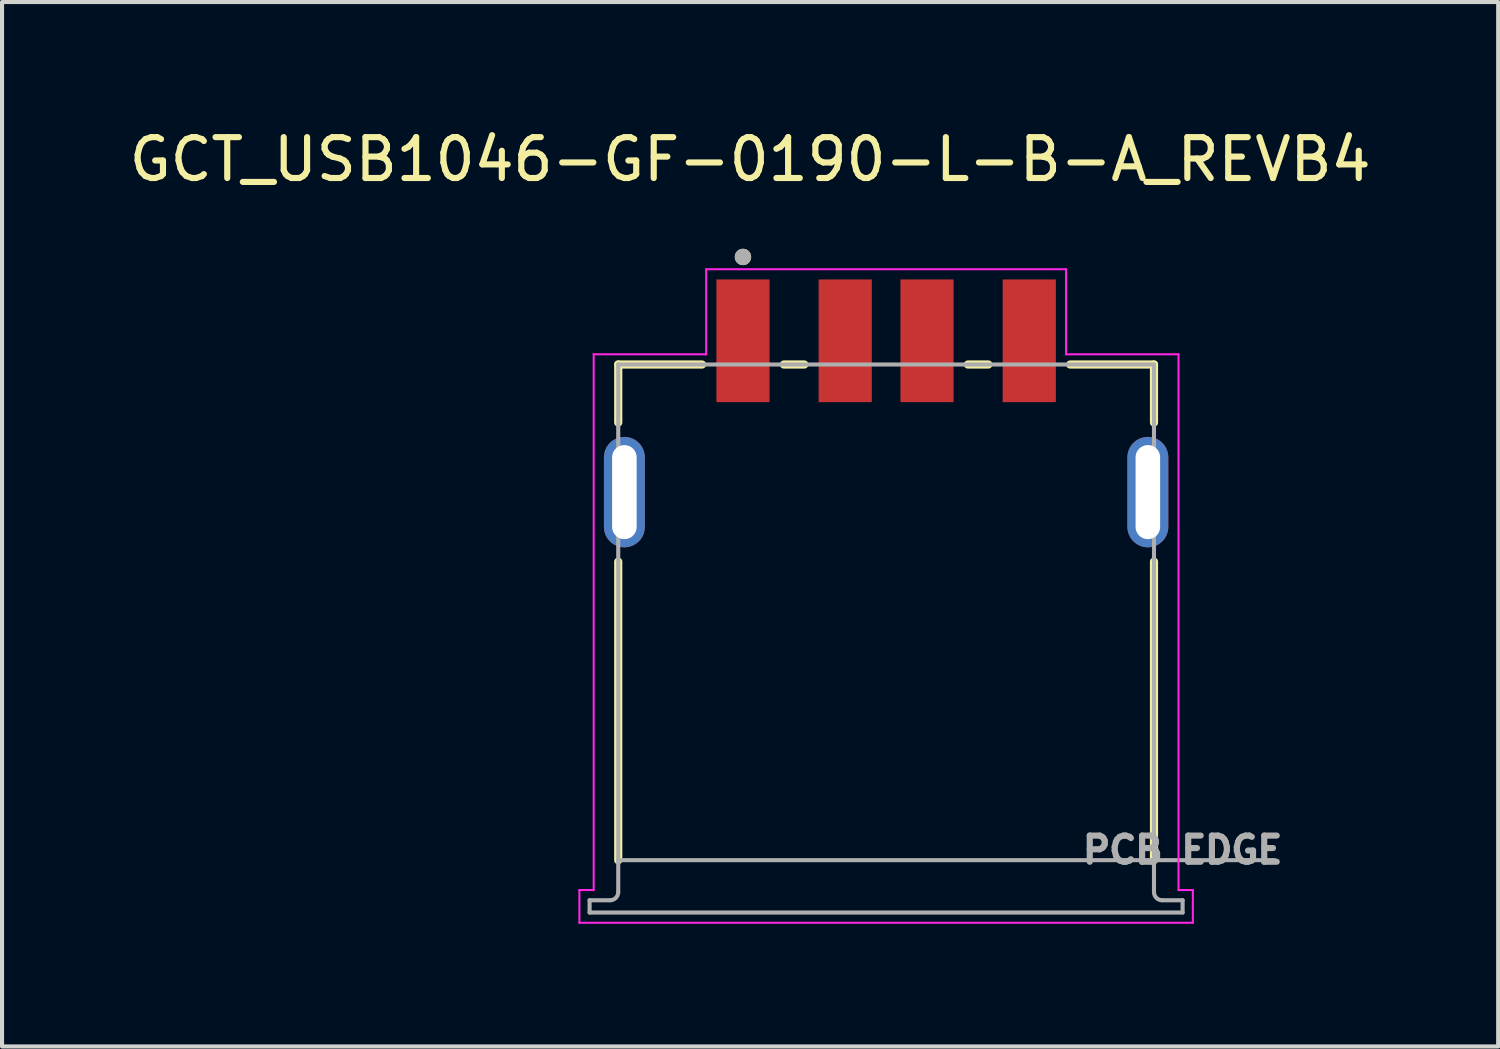
<source format=kicad_pcb>
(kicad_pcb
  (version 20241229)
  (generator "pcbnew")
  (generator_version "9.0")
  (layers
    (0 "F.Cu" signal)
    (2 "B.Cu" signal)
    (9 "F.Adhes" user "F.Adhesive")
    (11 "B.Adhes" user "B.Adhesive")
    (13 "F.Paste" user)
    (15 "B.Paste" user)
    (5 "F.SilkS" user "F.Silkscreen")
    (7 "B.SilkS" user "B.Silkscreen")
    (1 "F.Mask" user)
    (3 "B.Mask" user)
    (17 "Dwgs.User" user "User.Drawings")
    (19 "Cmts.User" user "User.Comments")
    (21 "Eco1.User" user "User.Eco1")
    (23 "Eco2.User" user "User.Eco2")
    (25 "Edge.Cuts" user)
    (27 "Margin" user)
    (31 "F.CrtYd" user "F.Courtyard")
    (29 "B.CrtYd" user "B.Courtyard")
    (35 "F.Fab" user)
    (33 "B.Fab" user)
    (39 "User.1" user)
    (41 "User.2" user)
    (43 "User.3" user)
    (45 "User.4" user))
  (footprint "GCT_USB1046-GF-0190-L-B-A_REVB4"
    (layer "F.Cu")
    (at 18.617 8.983)
    (property "Reference" "GCT_USB1046-GF-0190-L-B-A_REVB4" (at -3.325 -8.135 0) (layer "F.SilkS") (effects (font (size 1 1) (thickness 0.15))))
    (attr smd)
    (fp_line (start -6.55 -3.12) (end -6.55 -1.7) (stroke (width 0.2) (type solid)) (layer "F.SilkS"))
    (fp_line (start -6.55 -3.12) (end -4.5 -3.12) (stroke (width 0.2) (type solid)) (layer "F.SilkS"))
    (fp_line (start -6.55 1.7) (end -6.55 9) (stroke (width 0.2) (type solid)) (layer "F.SilkS"))
    (fp_line (start -2.5 -3.12) (end -2 -3.12) (stroke (width 0.2) (type solid)) (layer "F.SilkS"))
    (fp_line (start 2 -3.12) (end 2.5 -3.12) (stroke (width 0.2) (type solid)) (layer "F.SilkS"))
    (fp_line (start 6.55 -3.12) (end 4.5 -3.12) (stroke (width 0.2) (type solid)) (layer "F.SilkS"))
    (fp_line (start 6.55 -3.12) (end 6.55 -1.7) (stroke (width 0.2) (type solid)) (layer "F.SilkS"))
    (fp_line (start 6.55 1.7) (end 6.55 9) (stroke (width 0.2) (type solid)) (layer "F.SilkS"))
    (fp_circle (center -3.5 -5.75) (end -3.4 -5.75) (stroke (width 0.2) (type solid)) (fill no) (layer "F.SilkS"))
    (fp_line (start -7.5 9.73) (end -7.5 10.53) (stroke (width 0.05) (type solid)) (layer "F.CrtYd"))
    (fp_line (start -7.5 10.53) (end 7.5 10.53) (stroke (width 0.05) (type solid)) (layer "F.CrtYd"))
    (fp_line (start -7.15 -3.37) (end -7.15 9.73) (stroke (width 0.05) (type solid)) (layer "F.CrtYd"))
    (fp_line (start -7.15 9.73) (end -7.5 9.73) (stroke (width 0.05) (type solid)) (layer "F.CrtYd"))
    (fp_line (start -4.4 -5.45) (end -4.4 -3.37) (stroke (width 0.05) (type solid)) (layer "F.CrtYd"))
    (fp_line (start -4.4 -3.37) (end -7.15 -3.37) (stroke (width 0.05) (type solid)) (layer "F.CrtYd"))
    (fp_line (start 4.4 -5.45) (end -4.4 -5.45) (stroke (width 0.05) (type solid)) (layer "F.CrtYd"))
    (fp_line (start 4.4 -3.37) (end 4.4 -5.45) (stroke (width 0.05) (type solid)) (layer "F.CrtYd"))
    (fp_line (start 7.15 -3.37) (end 4.4 -3.37) (stroke (width 0.05) (type solid)) (layer "F.CrtYd"))
    (fp_line (start 7.15 9.73) (end 7.15 -3.37) (stroke (width 0.05) (type solid)) (layer "F.CrtYd"))
    (fp_line (start 7.5 9.73) (end 7.15 9.73) (stroke (width 0.05) (type solid)) (layer "F.CrtYd"))
    (fp_line (start 7.5 10.53) (end 7.5 9.73) (stroke (width 0.05) (type solid)) (layer "F.CrtYd"))
    (fp_line (start -7.25 9.98) (end -7.25 10.28) (stroke (width 0.1) (type solid)) (layer "F.Fab"))
    (fp_line (start -7.25 10.28) (end 7.25 10.28) (stroke (width 0.1) (type solid)) (layer "F.Fab"))
    (fp_line (start -6.75 9.98) (end -7.25 9.98) (stroke (width 0.1) (type solid)) (layer "F.Fab"))
    (fp_line (start -6.55 -3.12) (end -6.55 9) (stroke (width 0.1) (type solid)) (layer "F.Fab"))
    (fp_line (start -6.55 -3.12) (end 6.55 -3.12) (stroke (width 0.1) (type solid)) (layer "F.Fab"))
    (fp_line (start -6.55 9) (end -6.55 9.78) (stroke (width 0.1) (type solid)) (layer "F.Fab"))
    (fp_line (start -6.55 9) (end 9.5 9) (stroke (width 0.1) (type solid)) (layer "F.Fab"))
    (fp_line (start 6.55 -3.12) (end 6.55 9.78) (stroke (width 0.1) (type solid)) (layer "F.Fab"))
    (fp_line (start 7.25 9.98) (end 6.75 9.98) (stroke (width 0.1) (type solid)) (layer "F.Fab"))
    (fp_line (start 7.25 10.28) (end 7.25 9.98) (stroke (width 0.1) (type solid)) (layer "F.Fab"))
    (fp_arc (start -6.55 9.78) (mid -6.608579 9.921421) (end -6.75 9.98) (stroke (width 0.1) (type solid)) (layer "F.Fab"))
    (fp_arc (start 6.75 9.98) (mid 6.608579 9.921421) (end 6.55 9.78) (stroke (width 0.1) (type solid)) (layer "F.Fab"))
    (fp_circle (center -3.5 -5.75) (end -3.4 -5.75) (stroke (width 0.2) (type solid)) (fill no) (layer "F.Fab"))
    (fp_text user "PCB EDGE" (at 7.25 8.75 0) (layer "F.Fab") (effects (font (size 0.64 0.64) (thickness 0.15))))
    (pad "1" smd rect (at -3.5 -3.7) (size 1.3 3) (layers "F.Cu" "F.Mask" "F.Paste"))
    (pad "2" smd rect (at -1 -3.7) (size 1.3 3) (layers "F.Cu" "F.Mask" "F.Paste"))
    (pad "3" smd rect (at 1 -3.7) (size 1.3 3) (layers "F.Cu" "F.Mask" "F.Paste"))
    (pad "4" smd rect (at 3.5 -3.7) (size 1.3 3) (layers "F.Cu" "F.Mask" "F.Paste"))
    (pad "SH1" thru_hole oval (at -6.4 0) (size 1 2.7) (drill oval 0.6 2.3) (layers "*.Cu" "*.Mask"))
    (pad "SH2" thru_hole oval (at 6.4 0) (size 1 2.7) (drill oval 0.6 2.3) (layers "*.Cu" "*.Mask")))
  (gr_rect
    (start -3 -3)
    (end 33.583 22.538)
    (stroke (width 0.1) (type default))
    (fill no)
    (layer "Edge.Cuts")))
</source>
